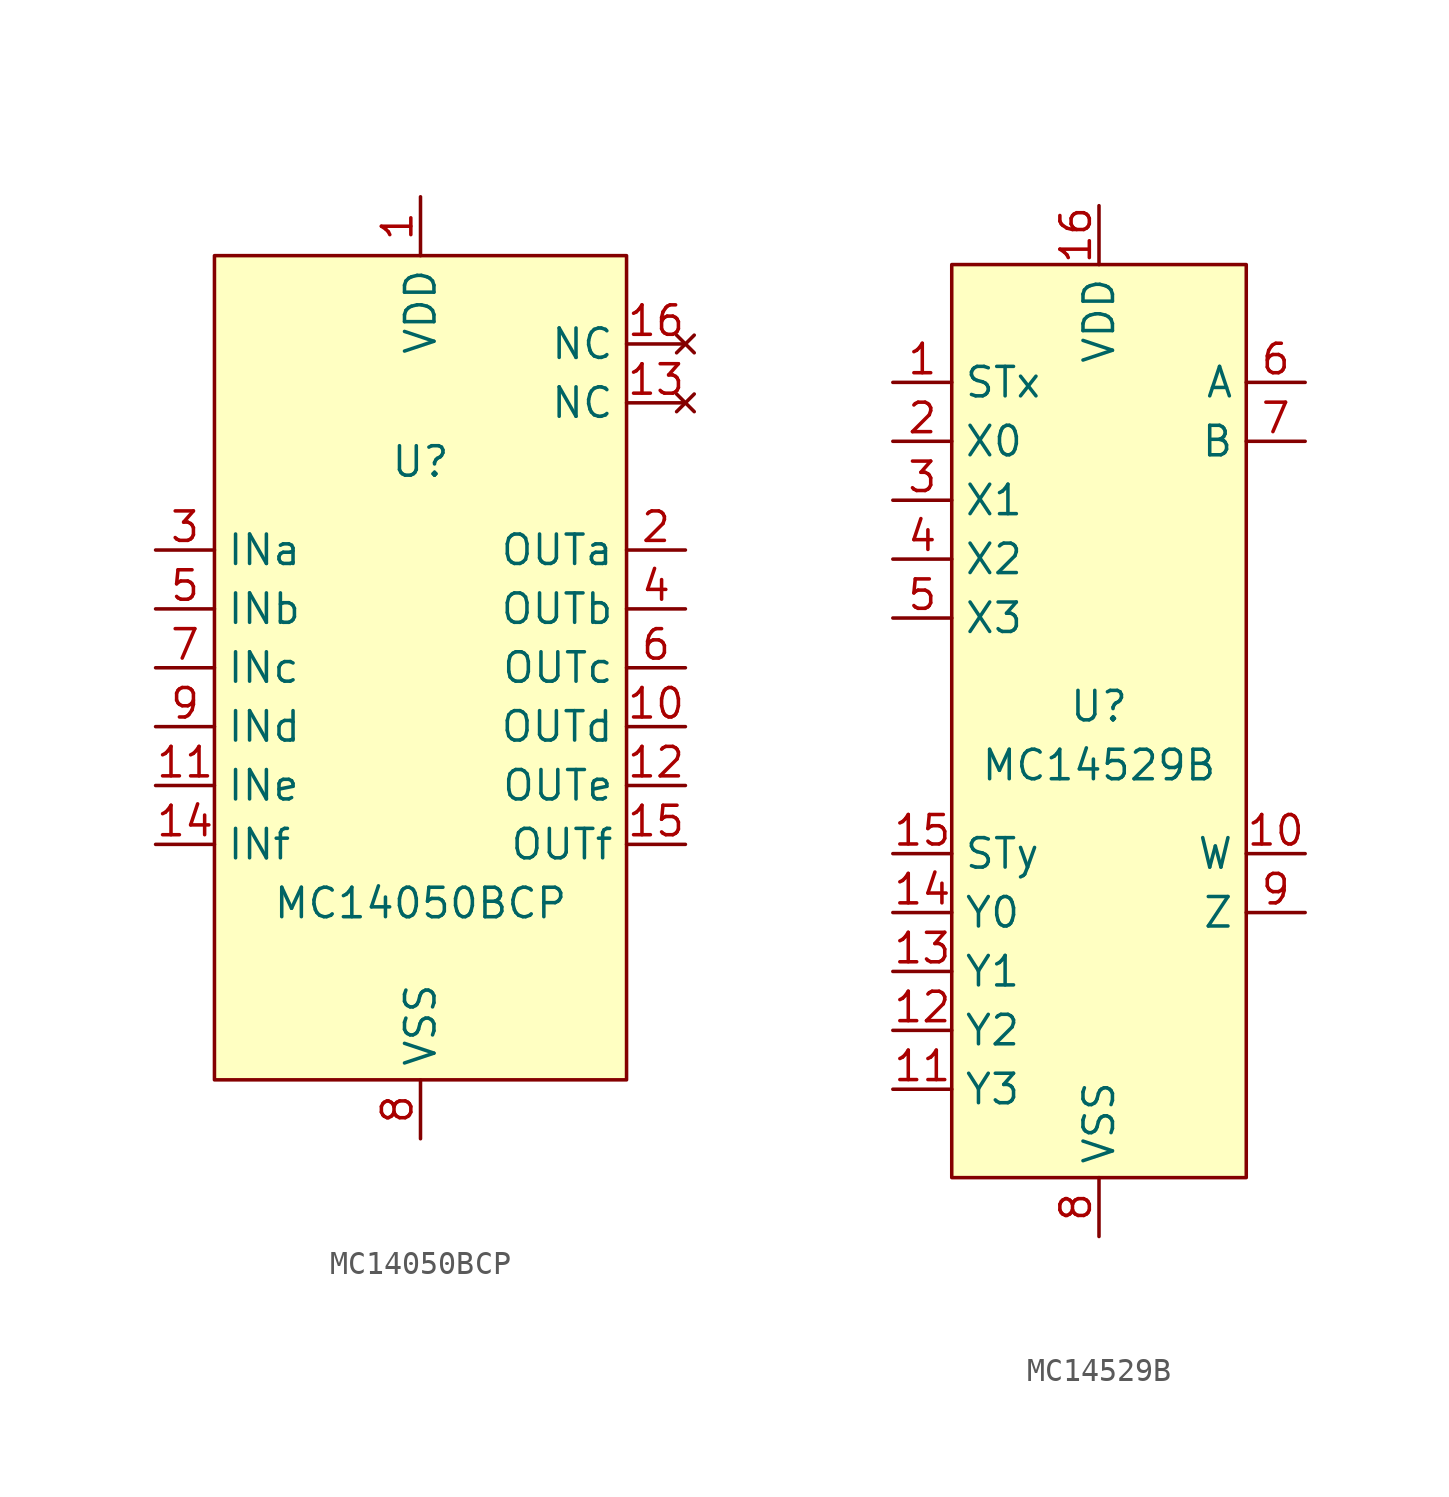
<source format=kicad_sym>
(kicad_symbol_lib
  (version 20211014)
  (generator kicad_symbol_editor)
  (symbol "MC14050BCP"
    (property "Reference" "U"
      (at 0 8.89 0)
      (effects (font (size 1.27 1.27))))
    (property "Value" "MC14050BCP"
      (at 0 -10.16 0)
      (effects (font (size 1.27 1.27))))
    (symbol "MC14050BCP_0_1"
      (rectangle (start -8.89 17.78) (end 8.89 -17.78) (stroke (width 0) (type default) (color 0 0 0 0)) (fill (type background))))
    (symbol "MC14050BCP_1_1"
      (pin power_in line (at 0 20.32 270) (length 2.54) (name "VDD" (effects (font (size 1.27 1.27)))) (number "1" (effects (font (size 1.27 1.27)))))
      (pin output line (at 11.43 -2.54 180) (length 2.54) (name "OUTd" (effects (font (size 1.27 1.27)))) (number "10" (effects (font (size 1.27 1.27)))))
      (pin input line (at -11.43 -5.08 0) (length 2.54) (name "INe" (effects (font (size 1.27 1.27)))) (number "11" (effects (font (size 1.27 1.27)))))
      (pin output line (at 11.43 -5.08 180) (length 2.54) (name "OUTe" (effects (font (size 1.27 1.27)))) (number "12" (effects (font (size 1.27 1.27)))))
      (pin no_connect line (at 11.43 11.43 180) (length 2.54) (name "NC" (effects (font (size 1.27 1.27)))) (number "13" (effects (font (size 1.27 1.27)))))
      (pin input line (at -11.43 -7.62 0) (length 2.54) (name "INf" (effects (font (size 1.27 1.27)))) (number "14" (effects (font (size 1.27 1.27)))))
      (pin output line (at 11.43 -7.62 180) (length 2.54) (name "OUTf" (effects (font (size 1.27 1.27)))) (number "15" (effects (font (size 1.27 1.27)))))
      (pin no_connect line (at 11.43 13.97 180) (length 2.54) (name "NC" (effects (font (size 1.27 1.27)))) (number "16" (effects (font (size 1.27 1.27)))))
      (pin output line (at 11.43 5.08 180) (length 2.54) (name "OUTa" (effects (font (size 1.27 1.27)))) (number "2" (effects (font (size 1.27 1.27)))))
      (pin input line (at -11.43 5.08 0) (length 2.54) (name "INa" (effects (font (size 1.27 1.27)))) (number "3" (effects (font (size 1.27 1.27)))))
      (pin output line (at 11.43 2.54 180) (length 2.54) (name "OUTb" (effects (font (size 1.27 1.27)))) (number "4" (effects (font (size 1.27 1.27)))))
      (pin input line (at -11.43 2.54 0) (length 2.54) (name "INb" (effects (font (size 1.27 1.27)))) (number "5" (effects (font (size 1.27 1.27)))))
      (pin output line (at 11.43 0 180) (length 2.54) (name "OUTc" (effects (font (size 1.27 1.27)))) (number "6" (effects (font (size 1.27 1.27)))))
      (pin input line (at -11.43 0 0) (length 2.54) (name "INc" (effects (font (size 1.27 1.27)))) (number "7" (effects (font (size 1.27 1.27)))))
      (pin power_in line (at 0 -20.32 90) (length 2.54) (name "VSS" (effects (font (size 1.27 1.27)))) (number "8" (effects (font (size 1.27 1.27)))))
      (pin input line (at -11.43 -2.54 0) (length 2.54) (name "INd" (effects (font (size 1.27 1.27)))) (number "9" (effects (font (size 1.27 1.27)))))))
  (symbol "MC14529B"
    (property "Reference" "U"
      (at 0 1.27 0)
      (effects (font (size 1.27 1.27))))
    (property "Value" "MC14529B"
      (at 0 -1.27 0)
      (effects (font (size 1.27 1.27))))
    (symbol "MC14529B_0_1"
      (rectangle (start -6.35 20.32) (end 6.35 -19.05) (stroke (width 0) (type default) (color 0 0 0 0)) (fill (type background))))
    (symbol "MC14529B_1_1"
      (pin input line (at -8.89 15.24 0) (length 2.54) (name "STx" (effects (font (size 1.27 1.27)))) (number "1" (effects (font (size 1.27 1.27)))))
      (pin output line (at 8.89 -5.08 180) (length 2.54) (name "W" (effects (font (size 1.27 1.27)))) (number "10" (effects (font (size 1.27 1.27)))))
      (pin input line (at -8.89 -15.24 0) (length 2.54) (name "Y3" (effects (font (size 1.27 1.27)))) (number "11" (effects (font (size 1.27 1.27)))))
      (pin input line (at -8.89 -12.7 0) (length 2.54) (name "Y2" (effects (font (size 1.27 1.27)))) (number "12" (effects (font (size 1.27 1.27)))))
      (pin input line (at -8.89 -10.16 0) (length 2.54) (name "Y1" (effects (font (size 1.27 1.27)))) (number "13" (effects (font (size 1.27 1.27)))))
      (pin input line (at -8.89 -7.62 0) (length 2.54) (name "Y0" (effects (font (size 1.27 1.27)))) (number "14" (effects (font (size 1.27 1.27)))))
      (pin input line (at -8.89 -5.08 0) (length 2.54) (name "STy" (effects (font (size 1.27 1.27)))) (number "15" (effects (font (size 1.27 1.27)))))
      (pin power_in line (at 0 22.86 270) (length 2.54) (name "VDD" (effects (font (size 1.27 1.27)))) (number "16" (effects (font (size 1.27 1.27)))))
      (pin input line (at -8.89 12.7 0) (length 2.54) (name "X0" (effects (font (size 1.27 1.27)))) (number "2" (effects (font (size 1.27 1.27)))))
      (pin input line (at -8.89 10.16 0) (length 2.54) (name "X1" (effects (font (size 1.27 1.27)))) (number "3" (effects (font (size 1.27 1.27)))))
      (pin input line (at -8.89 7.62 0) (length 2.54) (name "X2" (effects (font (size 1.27 1.27)))) (number "4" (effects (font (size 1.27 1.27)))))
      (pin input line (at -8.89 5.08 0) (length 2.54) (name "X3" (effects (font (size 1.27 1.27)))) (number "5" (effects (font (size 1.27 1.27)))))
      (pin output line (at 8.89 15.24 180) (length 2.54) (name "A" (effects (font (size 1.27 1.27)))) (number "6" (effects (font (size 1.27 1.27)))))
      (pin output line (at 8.89 12.7 180) (length 2.54) (name "B" (effects (font (size 1.27 1.27)))) (number "7" (effects (font (size 1.27 1.27)))))
      (pin power_in line (at 0 -21.59 90) (length 2.54) (name "VSS" (effects (font (size 1.27 1.27)))) (number "8" (effects (font (size 1.27 1.27)))))
      (pin output line (at 8.89 -7.62 180) (length 2.54) (name "Z" (effects (font (size 1.27 1.27)))) (number "9" (effects (font (size 1.27 1.27))))))))
</source>
